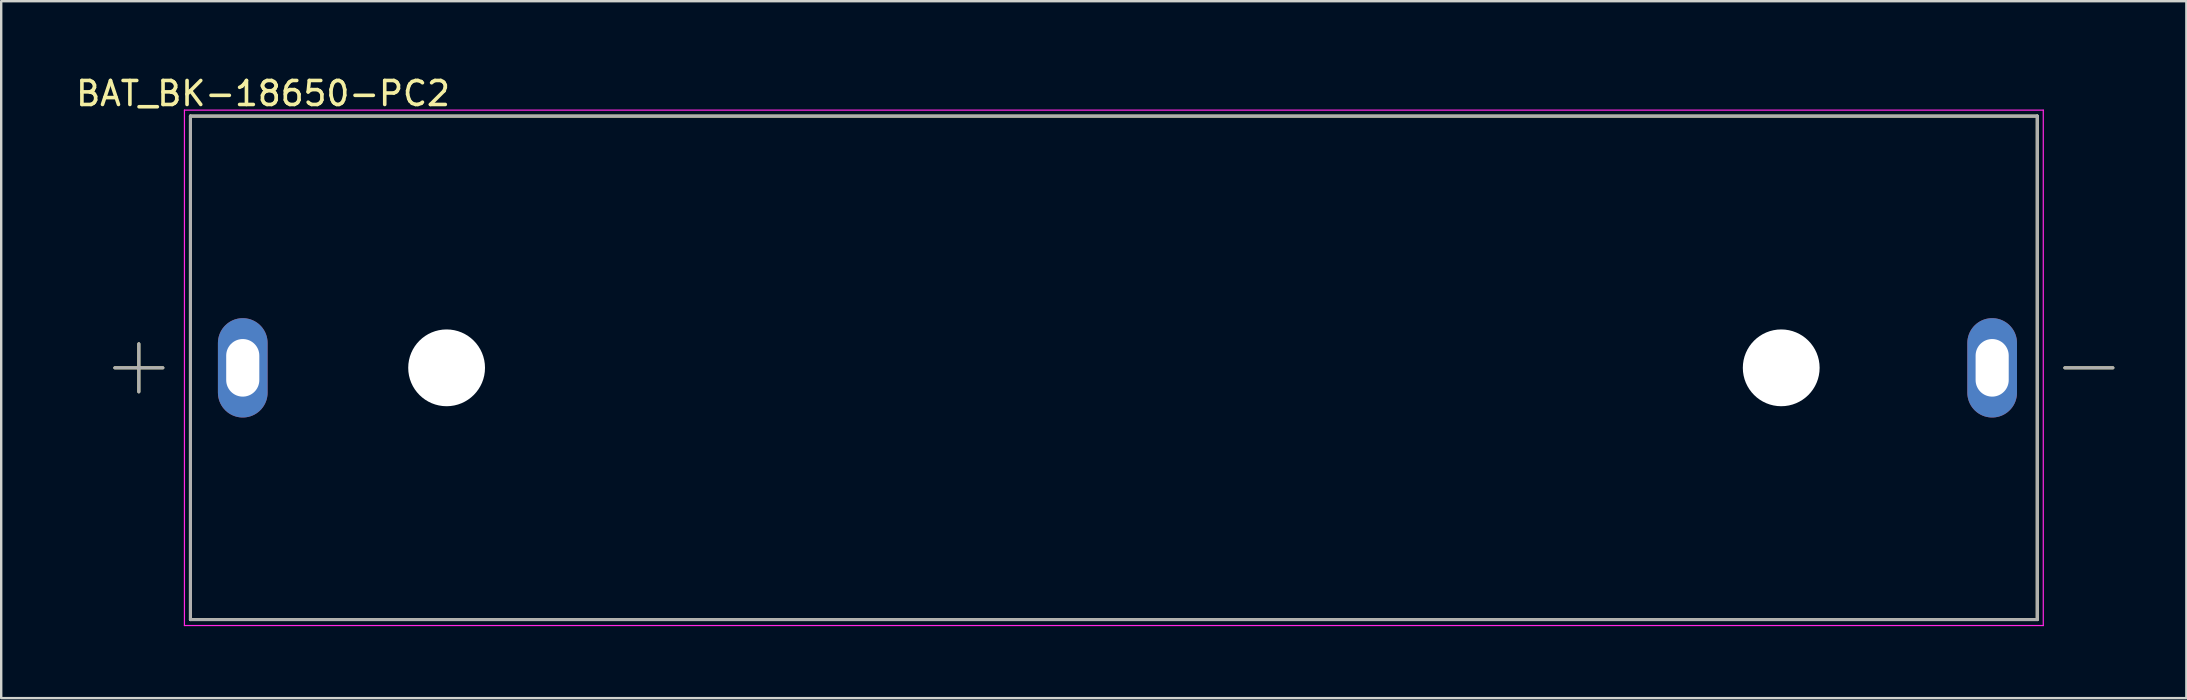
<source format=kicad_pcb>
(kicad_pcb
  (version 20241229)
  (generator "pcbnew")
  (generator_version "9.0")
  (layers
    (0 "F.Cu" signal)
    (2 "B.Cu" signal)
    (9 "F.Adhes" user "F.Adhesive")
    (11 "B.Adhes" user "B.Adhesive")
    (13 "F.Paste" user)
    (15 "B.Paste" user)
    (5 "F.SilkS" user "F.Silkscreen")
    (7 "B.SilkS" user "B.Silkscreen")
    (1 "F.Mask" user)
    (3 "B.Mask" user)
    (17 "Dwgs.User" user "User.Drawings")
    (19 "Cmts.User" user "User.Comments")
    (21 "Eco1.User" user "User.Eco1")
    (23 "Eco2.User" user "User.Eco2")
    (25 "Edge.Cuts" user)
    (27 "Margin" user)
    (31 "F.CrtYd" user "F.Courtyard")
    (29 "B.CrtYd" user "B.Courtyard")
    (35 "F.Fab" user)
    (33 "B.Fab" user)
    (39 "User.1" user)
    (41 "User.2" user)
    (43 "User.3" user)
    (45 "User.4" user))
  (footprint "BAT_BK-18650-PC2"
    (layer "F.Cu")
    (at 43.366 12.278)
    (property "Reference" "BAT_BK-18650-PC2" (at -35.455 -11.43 0) (layer "F.SilkS") (effects (font (size 1 1) (thickness 0.15))))
    (attr through_hole)
    (fp_line (start -41.63 0) (end -39.63 0) (stroke (width 0.127) (type solid)) (layer "F.SilkS"))
    (fp_line (start -40.63 -1) (end -40.63 1) (stroke (width 0.127) (type solid)) (layer "F.SilkS"))
    (fp_line (start -38.48 -10.49) (end 38.48 -10.49) (stroke (width 0.127) (type solid)) (layer "F.SilkS"))
    (fp_line (start -38.48 10.49) (end -38.48 -10.49) (stroke (width 0.127) (type solid)) (layer "F.SilkS"))
    (fp_line (start 38.48 -10.49) (end 38.48 10.49) (stroke (width 0.127) (type solid)) (layer "F.SilkS"))
    (fp_line (start 38.48 10.49) (end -38.48 10.49) (stroke (width 0.127) (type solid)) (layer "F.SilkS"))
    (fp_line (start 39.63 0) (end 41.63 0) (stroke (width 0.127) (type solid)) (layer "F.SilkS"))
    (fp_line (start -38.73 -10.74) (end 38.73 -10.74) (stroke (width 0.05) (type solid)) (layer "F.CrtYd"))
    (fp_line (start -38.73 10.74) (end -38.73 -10.74) (stroke (width 0.05) (type solid)) (layer "F.CrtYd"))
    (fp_line (start 38.73 -10.74) (end 38.73 10.74) (stroke (width 0.05) (type solid)) (layer "F.CrtYd"))
    (fp_line (start 38.73 10.74) (end -38.73 10.74) (stroke (width 0.05) (type solid)) (layer "F.CrtYd"))
    (fp_line (start -41.63 0) (end -39.63 0) (stroke (width 0.127) (type solid)) (layer "F.Fab"))
    (fp_line (start -40.63 -1) (end -40.63 1) (stroke (width 0.127) (type solid)) (layer "F.Fab"))
    (fp_line (start -38.48 -10.49) (end 38.48 -10.49) (stroke (width 0.127) (type solid)) (layer "F.Fab"))
    (fp_line (start -38.48 10.49) (end -38.48 -10.49) (stroke (width 0.127) (type solid)) (layer "F.Fab"))
    (fp_line (start 38.48 -10.49) (end 38.48 10.49) (stroke (width 0.127) (type solid)) (layer "F.Fab"))
    (fp_line (start 38.48 10.49) (end -38.48 10.49) (stroke (width 0.127) (type solid)) (layer "F.Fab"))
    (fp_line (start 39.63 0) (end 41.63 0) (stroke (width 0.127) (type solid)) (layer "F.Fab"))
    (pad "" np_thru_hole circle (at -27.805 0) (size 3.2 3.2) (drill 3.2) (layers "*.Cu" "*.Mask"))
    (pad "" np_thru_hole circle (at 27.81 0) (size 3.2 3.2) (drill 3.2) (layers "*.Cu" "*.Mask"))
    (pad "+" thru_hole oval (at -36.3 0) (size 2.07 4.14) (drill oval 1.38 2.4) (layers "*.Cu" "*.Mask"))
    (pad "-" thru_hole oval (at 36.6 0) (size 2.07 4.14) (drill oval 1.38 2.4) (layers "*.Cu" "*.Mask")))
  (gr_rect
    (start -3 -3)
    (end 88.059 26.043)
    (stroke (width 0.1) (type default))
    (fill no)
    (layer "Edge.Cuts")))
</source>
